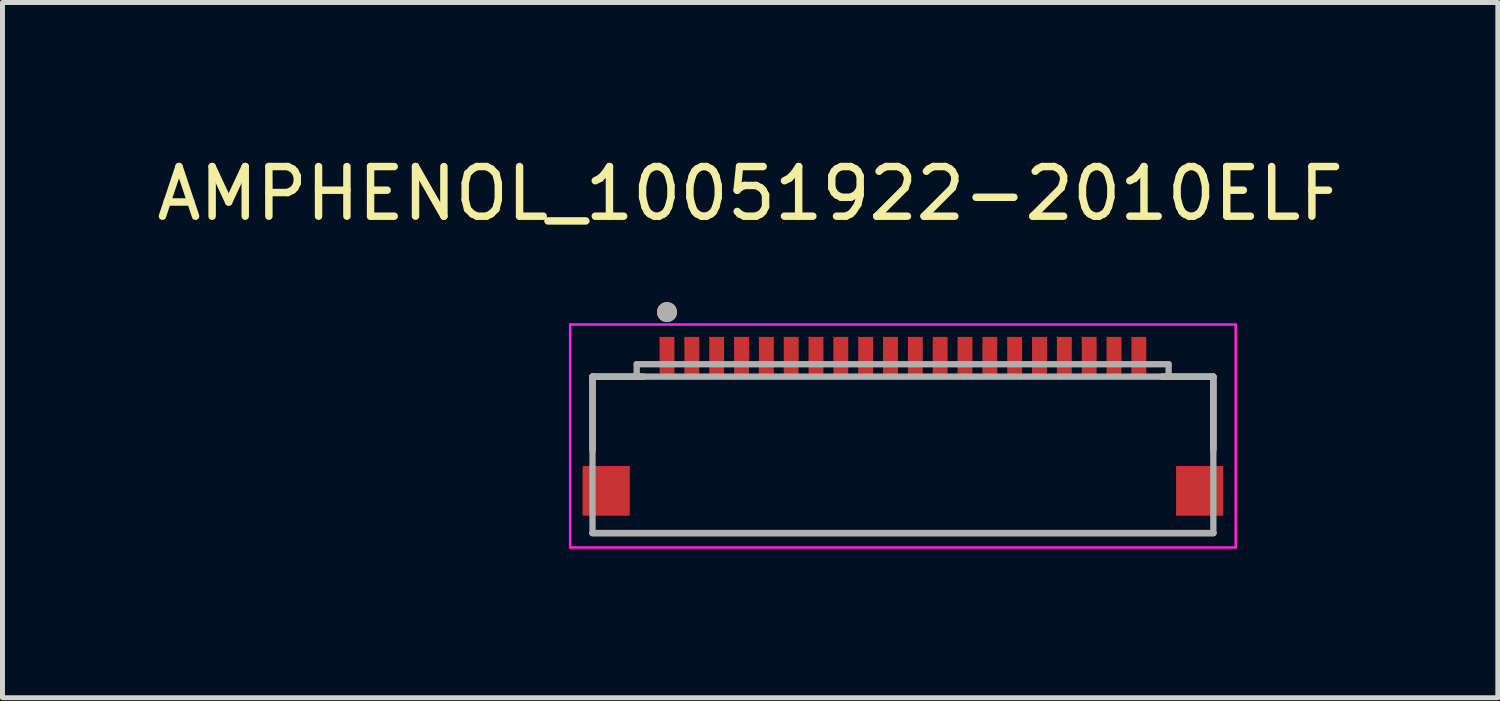
<source format=kicad_pcb>
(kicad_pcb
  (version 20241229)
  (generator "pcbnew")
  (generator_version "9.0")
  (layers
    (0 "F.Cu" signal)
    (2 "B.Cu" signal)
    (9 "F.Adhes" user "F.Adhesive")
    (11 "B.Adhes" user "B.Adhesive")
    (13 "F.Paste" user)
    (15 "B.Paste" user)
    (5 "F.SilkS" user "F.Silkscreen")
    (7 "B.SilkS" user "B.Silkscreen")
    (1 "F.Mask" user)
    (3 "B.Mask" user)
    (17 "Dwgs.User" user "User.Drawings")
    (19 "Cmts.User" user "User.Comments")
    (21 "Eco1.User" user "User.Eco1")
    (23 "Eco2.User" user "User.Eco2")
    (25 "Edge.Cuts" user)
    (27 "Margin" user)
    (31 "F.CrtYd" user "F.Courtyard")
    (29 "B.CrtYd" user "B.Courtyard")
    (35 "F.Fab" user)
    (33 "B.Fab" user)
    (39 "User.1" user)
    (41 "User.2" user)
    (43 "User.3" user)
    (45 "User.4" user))
  (footprint "AMPHENOL_10051922-2010ELF"
    (layer "F.Cu")
    (at 15.129 5.983)
    (property "Reference" "AMPHENOL_10051922-2010ELF" (at -3.075 -5.135 0) (layer "F.SilkS") (effects (font (size 1 1) (thickness 0.15))))
    (attr smd)
    (fp_poly (pts (xy -4.95 -2.3) (xy -4.55 -2.3) (xy -4.55 -1.4) (xy -4.95 -1.4)) (stroke (width 0.01) (type solid)) (fill yes) (layer "F.Mask"))
    (fp_poly (pts (xy -4.45 -2.3) (xy -4.05 -2.3) (xy -4.05 -1.4) (xy -4.45 -1.4)) (stroke (width 0.01) (type solid)) (fill yes) (layer "F.Mask"))
    (fp_poly (pts (xy -3.95 -2.3) (xy -3.55 -2.3) (xy -3.55 -1.4) (xy -3.95 -1.4)) (stroke (width 0.01) (type solid)) (fill yes) (layer "F.Mask"))
    (fp_poly (pts (xy -3.45 -2.3) (xy -3.05 -2.3) (xy -3.05 -1.4) (xy -3.45 -1.4)) (stroke (width 0.01) (type solid)) (fill yes) (layer "F.Mask"))
    (fp_poly (pts (xy -2.95 -2.3) (xy -2.55 -2.3) (xy -2.55 -1.4) (xy -2.95 -1.4)) (stroke (width 0.01) (type solid)) (fill yes) (layer "F.Mask"))
    (fp_poly (pts (xy -2.45 -2.3) (xy -2.05 -2.3) (xy -2.05 -1.4) (xy -2.45 -1.4)) (stroke (width 0.01) (type solid)) (fill yes) (layer "F.Mask"))
    (fp_poly (pts (xy -1.95 -2.3) (xy -1.55 -2.3) (xy -1.55 -1.4) (xy -1.95 -1.4)) (stroke (width 0.01) (type solid)) (fill yes) (layer "F.Mask"))
    (fp_poly (pts (xy -1.45 -2.3) (xy -1.05 -2.3) (xy -1.05 -1.4) (xy -1.45 -1.4)) (stroke (width 0.01) (type solid)) (fill yes) (layer "F.Mask"))
    (fp_poly (pts (xy -0.95 -2.3) (xy -0.55 -2.3) (xy -0.55 -1.4) (xy -0.95 -1.4)) (stroke (width 0.01) (type solid)) (fill yes) (layer "F.Mask"))
    (fp_poly (pts (xy -0.45 -2.3) (xy -0.05 -2.3) (xy -0.05 -1.4) (xy -0.45 -1.4)) (stroke (width 0.01) (type solid)) (fill yes) (layer "F.Mask"))
    (fp_poly (pts (xy 0.05 -2.3) (xy 0.45 -2.3) (xy 0.45 -1.4) (xy 0.05 -1.4)) (stroke (width 0.01) (type solid)) (fill yes) (layer "F.Mask"))
    (fp_poly (pts (xy 0.55 -2.3) (xy 0.95 -2.3) (xy 0.95 -1.4) (xy 0.55 -1.4)) (stroke (width 0.01) (type solid)) (fill yes) (layer "F.Mask"))
    (fp_poly (pts (xy 1.05 -2.3) (xy 1.45 -2.3) (xy 1.45 -1.4) (xy 1.05 -1.4)) (stroke (width 0.01) (type solid)) (fill yes) (layer "F.Mask"))
    (fp_poly (pts (xy 1.55 -2.3) (xy 1.95 -2.3) (xy 1.95 -1.4) (xy 1.55 -1.4)) (stroke (width 0.01) (type solid)) (fill yes) (layer "F.Mask"))
    (fp_poly (pts (xy 2.05 -2.3) (xy 2.45 -2.3) (xy 2.45 -1.4) (xy 2.05 -1.4)) (stroke (width 0.01) (type solid)) (fill yes) (layer "F.Mask"))
    (fp_poly (pts (xy 2.55 -2.3) (xy 2.95 -2.3) (xy 2.95 -1.4) (xy 2.55 -1.4)) (stroke (width 0.01) (type solid)) (fill yes) (layer "F.Mask"))
    (fp_poly (pts (xy 3.05 -2.3) (xy 3.45 -2.3) (xy 3.45 -1.4) (xy 3.05 -1.4)) (stroke (width 0.01) (type solid)) (fill yes) (layer "F.Mask"))
    (fp_poly (pts (xy 3.55 -2.3) (xy 3.95 -2.3) (xy 3.95 -1.4) (xy 3.55 -1.4)) (stroke (width 0.01) (type solid)) (fill yes) (layer "F.Mask"))
    (fp_poly (pts (xy 4.05 -2.3) (xy 4.45 -2.3) (xy 4.45 -1.4) (xy 4.05 -1.4)) (stroke (width 0.01) (type solid)) (fill yes) (layer "F.Mask"))
    (fp_poly (pts (xy 4.55 -2.3) (xy 4.95 -2.3) (xy 4.95 -1.4) (xy 4.55 -1.4)) (stroke (width 0.01) (type solid)) (fill yes) (layer "F.Mask"))
    (fp_line (start -6.25 -1.45) (end -5.22 -1.45) (stroke (width 0.127) (type solid)) (layer "F.SilkS"))
    (fp_line (start -6.25 0.03) (end -6.25 -1.45) (stroke (width 0.127) (type solid)) (layer "F.SilkS"))
    (fp_line (start 5.22 -1.45) (end 6.25 -1.45) (stroke (width 0.127) (type solid)) (layer "F.SilkS"))
    (fp_line (start 6.25 -1.45) (end 6.25 0.03) (stroke (width 0.127) (type solid)) (layer "F.SilkS"))
    (fp_line (start 6.25 1.7) (end -6.25 1.7) (stroke (width 0.127) (type solid)) (layer "F.SilkS"))
    (fp_circle (center -4.75 -2.75) (end -4.65 -2.75) (stroke (width 0.2) (type solid)) (fill no) (layer "F.SilkS"))
    (fp_line (start -6.7 -2.5) (end -6.7 1.99) (stroke (width 0.05) (type solid)) (layer "F.CrtYd"))
    (fp_line (start -6.7 1.99) (end 6.7 1.99) (stroke (width 0.05) (type solid)) (layer "F.CrtYd"))
    (fp_line (start 6.7 -2.5) (end -6.7 -2.5) (stroke (width 0.05) (type solid)) (layer "F.CrtYd"))
    (fp_line (start 6.7 1.99) (end 6.7 -2.5) (stroke (width 0.05) (type solid)) (layer "F.CrtYd"))
    (fp_line (start -6.25 -1.45) (end -5.36 -1.45) (stroke (width 0.127) (type solid)) (layer "F.Fab"))
    (fp_line (start -6.25 1.7) (end -6.25 -1.45) (stroke (width 0.127) (type solid)) (layer "F.Fab"))
    (fp_line (start -5.36 -1.7) (end -5.36 -1.45) (stroke (width 0.127) (type solid)) (layer "F.Fab"))
    (fp_line (start -5.36 -1.7) (end 5.35 -1.7) (stroke (width 0.127) (type solid)) (layer "F.Fab"))
    (fp_line (start -5.36 -1.45) (end 5.35 -1.45) (stroke (width 0.127) (type solid)) (layer "F.Fab"))
    (fp_line (start 5.35 -1.7) (end 5.35 -1.45) (stroke (width 0.127) (type solid)) (layer "F.Fab"))
    (fp_line (start 5.35 -1.45) (end 6.25 -1.45) (stroke (width 0.127) (type solid)) (layer "F.Fab"))
    (fp_line (start 6.25 -1.45) (end 6.25 1.7) (stroke (width 0.127) (type solid)) (layer "F.Fab"))
    (fp_line (start 6.25 1.7) (end -6.25 1.7) (stroke (width 0.127) (type solid)) (layer "F.Fab"))
    (fp_circle (center -4.75 -2.75) (end -4.65 -2.75) (stroke (width 0.2) (type solid)) (fill no) (layer "F.Fab"))
    (pad "1" smd rect (at -4.75 -1.85) (size 0.3 0.8) (layers "F.Cu" "F.Paste"))
    (pad "2" smd rect (at -4.25 -1.85) (size 0.3 0.8) (layers "F.Cu" "F.Paste"))
    (pad "3" smd rect (at -3.75 -1.85) (size 0.3 0.8) (layers "F.Cu" "F.Paste"))
    (pad "4" smd rect (at -3.25 -1.85) (size 0.3 0.8) (layers "F.Cu" "F.Paste"))
    (pad "5" smd rect (at -2.75 -1.85) (size 0.3 0.8) (layers "F.Cu" "F.Paste"))
    (pad "6" smd rect (at -2.25 -1.85) (size 0.3 0.8) (layers "F.Cu" "F.Paste"))
    (pad "7" smd rect (at -1.75 -1.85) (size 0.3 0.8) (layers "F.Cu" "F.Paste"))
    (pad "8" smd rect (at -1.25 -1.85) (size 0.3 0.8) (layers "F.Cu" "F.Paste"))
    (pad "9" smd rect (at -0.75 -1.85) (size 0.3 0.8) (layers "F.Cu" "F.Paste"))
    (pad "10" smd rect (at -0.25 -1.85) (size 0.3 0.8) (layers "F.Cu" "F.Paste"))
    (pad "11" smd rect (at 0.25 -1.85) (size 0.3 0.8) (layers "F.Cu" "F.Paste"))
    (pad "12" smd rect (at 0.75 -1.85) (size 0.3 0.8) (layers "F.Cu" "F.Paste"))
    (pad "13" smd rect (at 1.25 -1.85) (size 0.3 0.8) (layers "F.Cu" "F.Paste"))
    (pad "14" smd rect (at 1.75 -1.85) (size 0.3 0.8) (layers "F.Cu" "F.Paste"))
    (pad "15" smd rect (at 2.25 -1.85) (size 0.3 0.8) (layers "F.Cu" "F.Paste"))
    (pad "16" smd rect (at 2.75 -1.85) (size 0.3 0.8) (layers "F.Cu" "F.Paste"))
    (pad "17" smd rect (at 3.25 -1.85) (size 0.3 0.8) (layers "F.Cu" "F.Paste"))
    (pad "18" smd rect (at 3.75 -1.85) (size 0.3 0.8) (layers "F.Cu" "F.Paste"))
    (pad "19" smd rect (at 4.25 -1.85) (size 0.3 0.8) (layers "F.Cu" "F.Paste"))
    (pad "20" smd rect (at 4.75 -1.85) (size 0.3 0.8) (layers "F.Cu" "F.Paste"))
    (pad "SH1" smd rect (at -5.975 0.85) (size 0.95 1) (layers "F.Cu" "F.Mask" "F.Paste"))
    (pad "SH2" smd rect (at 5.975 0.85) (size 0.95 1) (layers "F.Cu" "F.Mask" "F.Paste")))
  (gr_rect
    (start -3 -3)
    (end 27.107 10.998)
    (stroke (width 0.1) (type default))
    (fill no)
    (layer "Edge.Cuts")))
</source>
